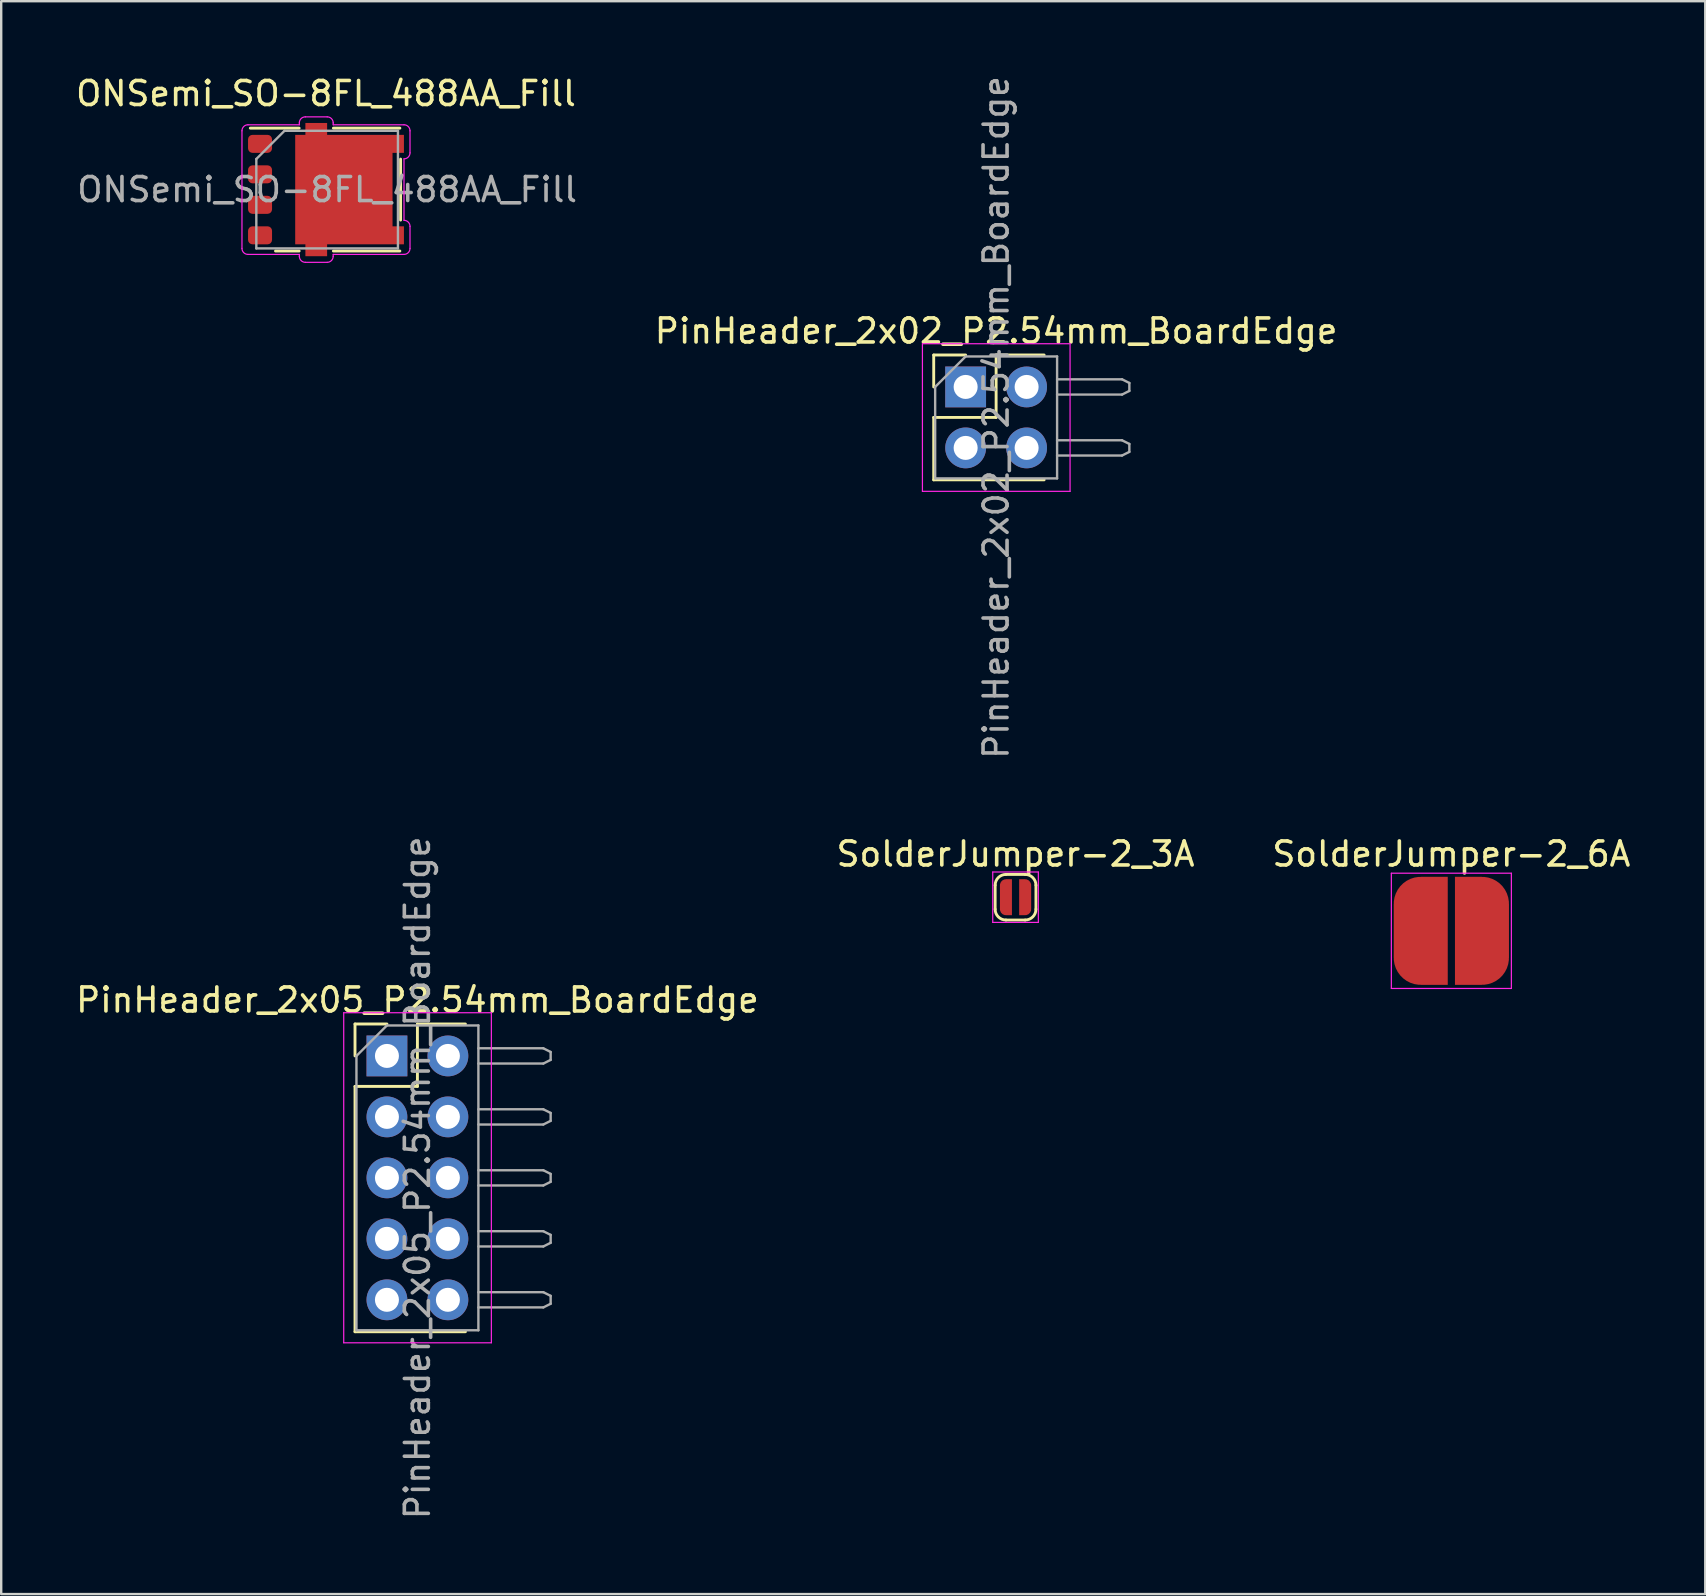
<source format=kicad_pcb>
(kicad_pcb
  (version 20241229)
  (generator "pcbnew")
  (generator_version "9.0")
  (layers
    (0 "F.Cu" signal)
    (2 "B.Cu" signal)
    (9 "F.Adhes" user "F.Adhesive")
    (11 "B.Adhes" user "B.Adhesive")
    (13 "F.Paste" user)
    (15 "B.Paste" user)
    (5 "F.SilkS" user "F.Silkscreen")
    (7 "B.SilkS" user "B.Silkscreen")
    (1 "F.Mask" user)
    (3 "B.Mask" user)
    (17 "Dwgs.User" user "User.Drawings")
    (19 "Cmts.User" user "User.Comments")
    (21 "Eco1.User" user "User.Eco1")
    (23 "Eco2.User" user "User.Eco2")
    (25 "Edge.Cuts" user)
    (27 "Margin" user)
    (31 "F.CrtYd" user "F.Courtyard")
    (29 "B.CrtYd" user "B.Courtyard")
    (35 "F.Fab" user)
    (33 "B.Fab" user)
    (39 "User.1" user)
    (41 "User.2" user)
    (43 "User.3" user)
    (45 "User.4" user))
  (footprint "PinHeader_2x05_P2.54mm_BoardEdge"
    (layer "F.Cu")
    (at 13.069 40.938)
    (property "Reference" "PinHeader_2x05_P2.54mm_BoardEdge" (at 1.27 -2.33 0) (layer "F.SilkS") (effects (font (size 1 1) (thickness 0.15))))
    (attr through_hole)
    (fp_line (start -1.33 -1.33) (end 0 -1.33) (stroke (width 0.12) (type solid)) (layer "F.SilkS"))
    (fp_line (start -1.33 0) (end -1.33 -1.33) (stroke (width 0.12) (type solid)) (layer "F.SilkS"))
    (fp_line (start -1.33 1.27) (end -1.33 11.49) (stroke (width 0.12) (type solid)) (layer "F.SilkS"))
    (fp_line (start -1.33 1.27) (end 1.27 1.27) (stroke (width 0.12) (type solid)) (layer "F.SilkS"))
    (fp_line (start -1.33 11.49) (end 3.27 11.49) (stroke (width 0.12) (type solid)) (layer "F.SilkS"))
    (fp_line (start 1.27 -1.33) (end 3.27 -1.33) (stroke (width 0.12) (type solid)) (layer "F.SilkS"))
    (fp_line (start 1.27 1.27) (end 1.27 -1.33) (stroke (width 0.12) (type solid)) (layer "F.SilkS"))
    (fp_line (start -1.8 -1.8) (end -1.8 11.95) (stroke (width 0.05) (type solid)) (layer "F.CrtYd"))
    (fp_line (start -1.8 11.95) (end 4.35 11.95) (stroke (width 0.05) (type solid)) (layer "F.CrtYd"))
    (fp_line (start 4.35 -1.8) (end -1.8 -1.8) (stroke (width 0.05) (type solid)) (layer "F.CrtYd"))
    (fp_line (start 4.35 11.95) (end 4.35 -1.8) (stroke (width 0.05) (type solid)) (layer "F.CrtYd"))
    (fp_line (start -1.27 0) (end 0 -1.27) (stroke (width 0.1) (type solid)) (layer "F.Fab"))
    (fp_line (start -1.27 11.43) (end -1.27 0) (stroke (width 0.1) (type solid)) (layer "F.Fab"))
    (fp_line (start 0 -1.27) (end 3.81 -1.27) (stroke (width 0.1) (type solid)) (layer "F.Fab"))
    (fp_line (start 3.81 -1.27) (end 3.81 11.43) (stroke (width 0.1) (type solid)) (layer "F.Fab"))
    (fp_line (start 3.81 -0.318) (end 6.515 -0.318) (stroke (width 0.1) (type solid)) (layer "F.Fab"))
    (fp_line (start 3.81 2.223) (end 6.515 2.223) (stroke (width 0.1) (type solid)) (layer "F.Fab"))
    (fp_line (start 3.81 4.763) (end 6.515 4.763) (stroke (width 0.1) (type solid)) (layer "F.Fab"))
    (fp_line (start 3.81 7.303) (end 6.515 7.303) (stroke (width 0.1) (type solid)) (layer "F.Fab"))
    (fp_line (start 3.81 9.842) (end 6.515 9.842) (stroke (width 0.1) (type solid)) (layer "F.Fab"))
    (fp_line (start 3.81 11.43) (end -1.27 11.43) (stroke (width 0.1) (type solid)) (layer "F.Fab"))
    (fp_line (start 6.515 -0.318) (end 6.82 -0.165) (stroke (width 0.1) (type solid)) (layer "F.Fab"))
    (fp_line (start 6.515 0.318) (end 3.81 0.318) (stroke (width 0.1) (type solid)) (layer "F.Fab"))
    (fp_line (start 6.515 2.223) (end 6.82 2.375) (stroke (width 0.1) (type solid)) (layer "F.Fab"))
    (fp_line (start 6.515 2.857) (end 3.81 2.857) (stroke (width 0.1) (type solid)) (layer "F.Fab"))
    (fp_line (start 6.515 4.763) (end 6.82 4.915) (stroke (width 0.1) (type solid)) (layer "F.Fab"))
    (fp_line (start 6.515 5.397) (end 3.81 5.397) (stroke (width 0.1) (type solid)) (layer "F.Fab"))
    (fp_line (start 6.515 7.303) (end 6.82 7.455) (stroke (width 0.1) (type solid)) (layer "F.Fab"))
    (fp_line (start 6.515 7.938) (end 3.81 7.938) (stroke (width 0.1) (type solid)) (layer "F.Fab"))
    (fp_line (start 6.515 9.842) (end 6.82 9.995) (stroke (width 0.1) (type solid)) (layer "F.Fab"))
    (fp_line (start 6.515 10.477) (end 3.81 10.477) (stroke (width 0.1) (type solid)) (layer "F.Fab"))
    (fp_line (start 6.82 -0.165) (end 6.82 0.165) (stroke (width 0.1) (type solid)) (layer "F.Fab"))
    (fp_line (start 6.82 0.165) (end 6.515 0.318) (stroke (width 0.1) (type solid)) (layer "F.Fab"))
    (fp_line (start 6.82 2.375) (end 6.82 2.705) (stroke (width 0.1) (type solid)) (layer "F.Fab"))
    (fp_line (start 6.82 2.705) (end 6.515 2.857) (stroke (width 0.1) (type solid)) (layer "F.Fab"))
    (fp_line (start 6.82 4.915) (end 6.82 5.245) (stroke (width 0.1) (type solid)) (layer "F.Fab"))
    (fp_line (start 6.82 5.245) (end 6.515 5.397) (stroke (width 0.1) (type solid)) (layer "F.Fab"))
    (fp_line (start 6.82 7.455) (end 6.82 7.785) (stroke (width 0.1) (type solid)) (layer "F.Fab"))
    (fp_line (start 6.82 7.785) (end 6.515 7.938) (stroke (width 0.1) (type solid)) (layer "F.Fab"))
    (fp_line (start 6.82 9.995) (end 6.82 10.325) (stroke (width 0.1) (type solid)) (layer "F.Fab"))
    (fp_line (start 6.82 10.325) (end 6.515 10.477) (stroke (width 0.1) (type solid)) (layer "F.Fab"))
    (fp_text user "${REFERENCE}" (at 1.27 5.08 90) (layer "F.Fab") (effects (font (size 1 1) (thickness 0.15))))
    (pad "1" thru_hole rect (at 0 0) (size 1.7 1.7) (drill 1) (layers "*.Cu" "*.Mask"))
    (pad "2" thru_hole oval (at 2.54 0) (size 1.7 1.7) (drill 1) (layers "*.Cu" "*.Mask"))
    (pad "3" thru_hole oval (at 0 2.54) (size 1.7 1.7) (drill 1) (layers "*.Cu" "*.Mask"))
    (pad "4" thru_hole oval (at 2.54 2.54) (size 1.7 1.7) (drill 1) (layers "*.Cu" "*.Mask"))
    (pad "5" thru_hole oval (at 0 5.08) (size 1.7 1.7) (drill 1) (layers "*.Cu" "*.Mask"))
    (pad "6" thru_hole oval (at 2.54 5.08) (size 1.7 1.7) (drill 1) (layers "*.Cu" "*.Mask"))
    (pad "7" thru_hole oval (at 0 7.62) (size 1.7 1.7) (drill 1) (layers "*.Cu" "*.Mask"))
    (pad "8" thru_hole oval (at 2.54 7.62) (size 1.7 1.7) (drill 1) (layers "*.Cu" "*.Mask"))
    (pad "9" thru_hole oval (at 0 10.16) (size 1.7 1.7) (drill 1) (layers "*.Cu" "*.Mask"))
    (pad "10" thru_hole oval (at 2.54 10.16) (size 1.7 1.7) (drill 1) (layers "*.Cu" "*.Mask")))
  (footprint "SolderJumper-2_3A"
    (layer "F.Cu")
    (at 39.256 34.327)
    (property "Reference" "SolderJumper-2_3A" (at 0 -1.8 0) (layer "F.SilkS") (effects (font (size 1 1) (thickness 0.15))))
    (attr exclude_from_pos_files exclude_from_bom)
    (fp_poly (pts (xy 0.2 0.75) (xy -0.2 0.75) (xy -0.2 -0.75) (xy 0.2 -0.75)) (stroke (width 0) (type solid)) (fill yes) (layer "F.Mask"))
    (fp_line (start -0.85 0.5) (end -0.85 -0.5) (stroke (width 0.12) (type solid)) (layer "F.SilkS"))
    (fp_line (start -0.4 -0.95) (end 0.4 -0.95) (stroke (width 0.12) (type solid)) (layer "F.SilkS"))
    (fp_line (start 0.4 0.95) (end -0.4 0.95) (stroke (width 0.12) (type solid)) (layer "F.SilkS"))
    (fp_line (start 0.85 -0.5) (end 0.85 0.5) (stroke (width 0.12) (type solid)) (layer "F.SilkS"))
    (fp_arc (start -0.85 -0.5) (mid -0.718198 -0.818198) (end -0.4 -0.95) (stroke (width 0.12) (type solid)) (layer "F.SilkS"))
    (fp_arc (start -0.4 0.95) (mid -0.718198 0.818198) (end -0.85 0.5) (stroke (width 0.12) (type solid)) (layer "F.SilkS"))
    (fp_arc (start 0.4 -0.95) (mid 0.718198 -0.818198) (end 0.85 -0.5) (stroke (width 0.12) (type solid)) (layer "F.SilkS"))
    (fp_arc (start 0.85 0.5) (mid 0.718198 0.818198) (end 0.4 0.95) (stroke (width 0.12) (type solid)) (layer "F.SilkS"))
    (fp_line (start -0.95 -1.05) (end -0.95 1.05) (stroke (width 0.05) (type solid)) (layer "F.CrtYd"))
    (fp_line (start -0.95 -1.05) (end 0.95 -1.05) (stroke (width 0.05) (type solid)) (layer "F.CrtYd"))
    (fp_line (start 0.95 1.05) (end -0.95 1.05) (stroke (width 0.05) (type solid)) (layer "F.CrtYd"))
    (fp_line (start 0.95 1.05) (end 0.95 -1.05) (stroke (width 0.05) (type solid)) (layer "F.CrtYd"))
    (pad "1" smd custom (at -0.4 0) (size 0.5 1) (layers "F.Cu" "F.Mask") (options (anchor rect)) (primitives (gr_line (start 0 -0.5) (end 0 0.5) (width 0.5)) (gr_poly (pts (xy 0 0.75) (xy 0.25 0.75) (xy 0.25 -0.75) (xy 0 -0.75)) (width 0) (fill yes))))
    (pad "2" smd custom (at 0.4 0) (size 0.5 1) (layers "F.Cu" "F.Mask") (options (anchor rect)) (primitives (gr_line (start 0 -0.5) (end 0 0.5) (width 0.5)) (gr_poly (pts (xy 0 0.75) (xy -0.25 0.75) (xy -0.25 -0.75) (xy 0 -0.75)) (width 0) (fill yes)))))
  (footprint "ONSemi_SO-8FL_488AA_Fill"
    (layer "F.Cu")
    (at 10.53 4.848)
    (property "Reference" "ONSemi_SO-8FL_488AA_Fill" (at 0 -4 0) (layer "F.SilkS") (effects (font (size 1 1) (thickness 0.15))))
    (attr smd)
    (fp_line (start -1.118 -2.56) (end -3.152 -2.56) (stroke (width 0.12) (type solid)) (layer "F.SilkS"))
    (fp_line (start -1.118 2.56) (end -2.103 2.56) (stroke (width 0.12) (type solid)) (layer "F.SilkS"))
    (fp_line (start 3.078 -2.56) (end 0.308 -2.56) (stroke (width 0.12) (type solid)) (layer "F.SilkS"))
    (fp_line (start 3.078 2.56) (end 0.308 2.56) (stroke (width 0.12) (type solid)) (layer "F.SilkS"))
    (fp_line (start 3.108 -1.27) (end 3.108 1.27) (stroke (width 0.12) (type solid)) (layer "F.SilkS"))
    (fp_line (start -3.5 2.45) (end -3.5 -2.45) (stroke (width 0.05) (type solid)) (layer "F.CrtYd"))
    (fp_line (start -3.25 -2.7) (end -1.11 -2.7) (stroke (width 0.05) (type solid)) (layer "F.CrtYd"))
    (fp_line (start -3.25 2.7) (end -1.11 2.7) (stroke (width 0.05) (type solid)) (layer "F.CrtYd"))
    (fp_line (start -1.11 -2.78) (end -1.11 -2.7) (stroke (width 0.05) (type solid)) (layer "F.CrtYd"))
    (fp_line (start -1.11 2.7) (end -1.11 2.78) (stroke (width 0.05) (type solid)) (layer "F.CrtYd"))
    (fp_line (start -0.86 -3.03) (end 0.05 -3.03) (stroke (width 0.05) (type solid)) (layer "F.CrtYd"))
    (fp_line (start -0.86 3.03) (end 0.05 3.03) (stroke (width 0.05) (type solid)) (layer "F.CrtYd"))
    (fp_line (start 0.3 -2.7) (end 0.3 -2.78) (stroke (width 0.05) (type solid)) (layer "F.CrtYd"))
    (fp_line (start 0.3 -2.7) (end 3.25 -2.7) (stroke (width 0.05) (type solid)) (layer "F.CrtYd"))
    (fp_line (start 0.3 2.7) (end 3.25 2.7) (stroke (width 0.05) (type solid)) (layer "F.CrtYd"))
    (fp_line (start 0.3 2.78) (end 0.3 2.7) (stroke (width 0.05) (type solid)) (layer "F.CrtYd"))
    (fp_line (start 3.25 1.28) (end 3.25 -1.28) (stroke (width 0.05) (type solid)) (layer "F.CrtYd"))
    (fp_line (start 3.5 -1.53) (end 3.5 -2.45) (stroke (width 0.05) (type solid)) (layer "F.CrtYd"))
    (fp_line (start 3.5 2.45) (end 3.5 1.53) (stroke (width 0.05) (type solid)) (layer "F.CrtYd"))
    (fp_arc (start -3.5 -2.45) (mid -3.426777 -2.626777) (end -3.25 -2.7) (stroke (width 0.05) (type solid)) (layer "F.CrtYd"))
    (fp_arc (start -3.25 2.7) (mid -3.426777 2.626777) (end -3.5 2.45) (stroke (width 0.05) (type solid)) (layer "F.CrtYd"))
    (fp_arc (start -1.11 -2.78) (mid -1.036777 -2.956777) (end -0.86 -3.03) (stroke (width 0.05) (type solid)) (layer "F.CrtYd"))
    (fp_arc (start -0.86 3.03) (mid -1.036777 2.956777) (end -1.11 2.78) (stroke (width 0.05) (type solid)) (layer "F.CrtYd"))
    (fp_arc (start 0.05 -3.03) (mid 0.226777 -2.956777) (end 0.3 -2.78) (stroke (width 0.05) (type solid)) (layer "F.CrtYd"))
    (fp_arc (start 0.3 2.78) (mid 0.226777 2.956777) (end 0.05 3.03) (stroke (width 0.05) (type solid)) (layer "F.CrtYd"))
    (fp_arc (start 3.25 -2.7) (mid 3.426777 -2.626777) (end 3.5 -2.45) (stroke (width 0.05) (type solid)) (layer "F.CrtYd"))
    (fp_arc (start 3.25 1.28) (mid 3.426777 1.353223) (end 3.5 1.53) (stroke (width 0.05) (type solid)) (layer "F.CrtYd"))
    (fp_arc (start 3.5 -1.53) (mid 3.426777 -1.353223) (end 3.25 -1.28) (stroke (width 0.05) (type solid)) (layer "F.CrtYd"))
    (fp_arc (start 3.5 2.45) (mid 3.426777 2.626777) (end 3.25 2.7) (stroke (width 0.05) (type solid)) (layer "F.CrtYd"))
    (fp_line (start -2.902 -1.275) (end -2.902 2.45) (stroke (width 0.1) (type solid)) (layer "F.Fab"))
    (fp_line (start -1.727 -2.45) (end -2.902 -1.275) (stroke (width 0.1) (type solid)) (layer "F.Fab"))
    (fp_line (start 2.998 -2.45) (end -1.727 -2.45) (stroke (width 0.1) (type solid)) (layer "F.Fab"))
    (fp_line (start 2.998 -2.45) (end 2.998 2.45) (stroke (width 0.1) (type solid)) (layer "F.Fab"))
    (fp_line (start 2.998 2.45) (end -2.902 2.45) (stroke (width 0.1) (type solid)) (layer "F.Fab"))
    (fp_text user "${REFERENCE}" (at 0.048 0 0) (layer "F.Fab") (effects (font (size 1 1) (thickness 0.15))))
    (pad "1" smd roundrect (at -2.747 -1.905) (size 1 0.75) (layers "F.Cu" "F.Mask" "F.Paste") (roundrect_rratio 0.25))
    (pad "2" smd roundrect (at -2.747 -0.635) (size 1 0.75) (layers "F.Cu" "F.Mask" "F.Paste") (roundrect_rratio 0.25))
    (pad "3" smd roundrect (at -2.747 0.635) (size 1 0.75) (layers "F.Cu" "F.Mask" "F.Paste") (roundrect_rratio 0.25))
    (pad "4" smd roundrect (at -2.747 1.905) (size 1 0.75) (layers "F.Cu" "F.Mask" "F.Paste") (roundrect_rratio 0.25))
    (pad "5" smd custom (at 0.745 0) (size 4.055 4.56) (layers "F.Cu" "F.Mask" "F.Paste") (options (anchor rect)) (primitives (gr_poly (pts (xy -1.603 2.775) (xy -0.698 2.775) (xy -0.698 2.28) (xy 2.502 2.28) (xy 2.502 1.53) (xy 1.905 1.53) (xy 1.905 -1.53) (xy 2.502 -1.53) (xy 2.502 -2.28) (xy -0.698 -2.28) (xy -0.698 -2.775) (xy -1.603 -2.775)) (width 0) (fill yes)))))
  (footprint "SolderJumper-2_6A"
    (layer "F.Cu")
    (at 57.411 35.727)
    (property "Reference" "SolderJumper-2_6A" (at 0 -3.2 0) (layer "F.SilkS") (effects (font (size 1 1) (thickness 0.15))))
    (attr exclude_from_pos_files exclude_from_bom)
    (fp_poly (pts (xy 0.2 2.25) (xy -0.2 2.25) (xy -0.2 -2.25) (xy 0.2 -2.25)) (stroke (width 0) (type solid)) (fill yes) (layer "F.Mask"))
    (fp_line (start -2.5 -2.4) (end -2.5 2.4) (stroke (width 0.05) (type solid)) (layer "F.CrtYd"))
    (fp_line (start -2.5 -2.4) (end 2.5 -2.4) (stroke (width 0.05) (type solid)) (layer "F.CrtYd"))
    (fp_line (start 2.5 2.4) (end -2.5 2.4) (stroke (width 0.05) (type solid)) (layer "F.CrtYd"))
    (fp_line (start 2.5 2.4) (end 2.5 -2.4) (stroke (width 0.05) (type solid)) (layer "F.CrtYd"))
    (pad "1" smd custom (at -1.275 0) (size 2.25 2.25) (layers "F.Cu" "F.Mask") (options (anchor rect)) (primitives (gr_circle (center 0 1.125) (end 1.125 1.125) (width 0) (fill yes)) (gr_circle (center 0 -1.125) (end 1.125 -1.125) (width 0) (fill yes)) (gr_poly (pts (xy 0 -2.25) (xy 1.125 -2.25) (xy 1.125 2.25) (xy 0 2.25)) (width 0) (fill yes))))
    (pad "2" smd custom (at 1.275 0 180) (size 2.25 2.25) (layers "F.Cu" "F.Mask") (options (anchor rect)) (primitives (gr_circle (center 0 1.125) (end 1.125 1.125) (width 0) (fill yes)) (gr_circle (center 0 -1.125) (end 1.125 -1.125) (width 0) (fill yes)) (gr_poly (pts (xy 0 -2.25) (xy 1.125 -2.25) (xy 1.125 2.25) (xy 0 2.25)) (width 0) (fill yes)))))
  (footprint "PinHeader_2x02_P2.54mm_BoardEdge"
    (layer "F.Cu")
    (at 37.177 13.069)
    (property "Reference" "PinHeader_2x02_P2.54mm_BoardEdge" (at 1.27 -2.33 0) (layer "F.SilkS") (effects (font (size 1 1) (thickness 0.15))))
    (attr through_hole)
    (fp_line (start -1.33 -1.33) (end 0 -1.33) (stroke (width 0.12) (type solid)) (layer "F.SilkS"))
    (fp_line (start -1.33 0) (end -1.33 -1.33) (stroke (width 0.12) (type solid)) (layer "F.SilkS"))
    (fp_line (start -1.33 1.27) (end -1.33 3.87) (stroke (width 0.12) (type solid)) (layer "F.SilkS"))
    (fp_line (start -1.33 1.27) (end 1.27 1.27) (stroke (width 0.12) (type solid)) (layer "F.SilkS"))
    (fp_line (start -1.33 3.87) (end 3.27 3.87) (stroke (width 0.12) (type solid)) (layer "F.SilkS"))
    (fp_line (start 1.27 -1.33) (end 3.27 -1.33) (stroke (width 0.12) (type solid)) (layer "F.SilkS"))
    (fp_line (start 1.27 1.27) (end 1.27 -1.33) (stroke (width 0.12) (type solid)) (layer "F.SilkS"))
    (fp_line (start -1.8 -1.8) (end -1.8 4.35) (stroke (width 0.05) (type solid)) (layer "F.CrtYd"))
    (fp_line (start -1.8 4.35) (end 4.35 4.35) (stroke (width 0.05) (type solid)) (layer "F.CrtYd"))
    (fp_line (start 4.35 -1.8) (end -1.8 -1.8) (stroke (width 0.05) (type solid)) (layer "F.CrtYd"))
    (fp_line (start 4.35 4.35) (end 4.35 -1.8) (stroke (width 0.05) (type solid)) (layer "F.CrtYd"))
    (fp_line (start -1.27 0) (end 0 -1.27) (stroke (width 0.1) (type solid)) (layer "F.Fab"))
    (fp_line (start -1.27 3.81) (end -1.27 0) (stroke (width 0.1) (type solid)) (layer "F.Fab"))
    (fp_line (start 0 -1.27) (end 3.81 -1.27) (stroke (width 0.1) (type solid)) (layer "F.Fab"))
    (fp_line (start 3.81 -1.27) (end 3.81 3.81) (stroke (width 0.1) (type solid)) (layer "F.Fab"))
    (fp_line (start 3.81 -0.318) (end 6.515 -0.318) (stroke (width 0.1) (type solid)) (layer "F.Fab"))
    (fp_line (start 3.81 2.223) (end 6.515 2.223) (stroke (width 0.1) (type solid)) (layer "F.Fab"))
    (fp_line (start 3.81 3.81) (end -1.27 3.81) (stroke (width 0.1) (type solid)) (layer "F.Fab"))
    (fp_line (start 6.515 -0.318) (end 6.82 -0.165) (stroke (width 0.1) (type solid)) (layer "F.Fab"))
    (fp_line (start 6.515 0.318) (end 3.81 0.318) (stroke (width 0.1) (type solid)) (layer "F.Fab"))
    (fp_line (start 6.515 2.223) (end 6.82 2.375) (stroke (width 0.1) (type solid)) (layer "F.Fab"))
    (fp_line (start 6.515 2.857) (end 3.81 2.857) (stroke (width 0.1) (type solid)) (layer "F.Fab"))
    (fp_line (start 6.82 -0.165) (end 6.82 0.165) (stroke (width 0.1) (type solid)) (layer "F.Fab"))
    (fp_line (start 6.82 0.165) (end 6.515 0.318) (stroke (width 0.1) (type solid)) (layer "F.Fab"))
    (fp_line (start 6.82 2.375) (end 6.82 2.705) (stroke (width 0.1) (type solid)) (layer "F.Fab"))
    (fp_line (start 6.82 2.705) (end 6.515 2.857) (stroke (width 0.1) (type solid)) (layer "F.Fab"))
    (fp_text user "${REFERENCE}" (at 1.27 1.27 90) (layer "F.Fab") (effects (font (size 1 1) (thickness 0.15))))
    (pad "1" thru_hole rect (at 0 0) (size 1.7 1.7) (drill 1) (layers "*.Cu" "*.Mask"))
    (pad "2" thru_hole oval (at 2.54 0) (size 1.7 1.7) (drill 1) (layers "*.Cu" "*.Mask"))
    (pad "3" thru_hole oval (at 0 2.54) (size 1.7 1.7) (drill 1) (layers "*.Cu" "*.Mask"))
    (pad "4" thru_hole oval (at 2.54 2.54) (size 1.7 1.7) (drill 1) (layers "*.Cu" "*.Mask")))
  (gr_rect
    (start -3 -3)
    (end 67.988 63.357)
    (stroke (width 0.1) (type default))
    (fill no)
    (layer "Edge.Cuts")))
</source>
